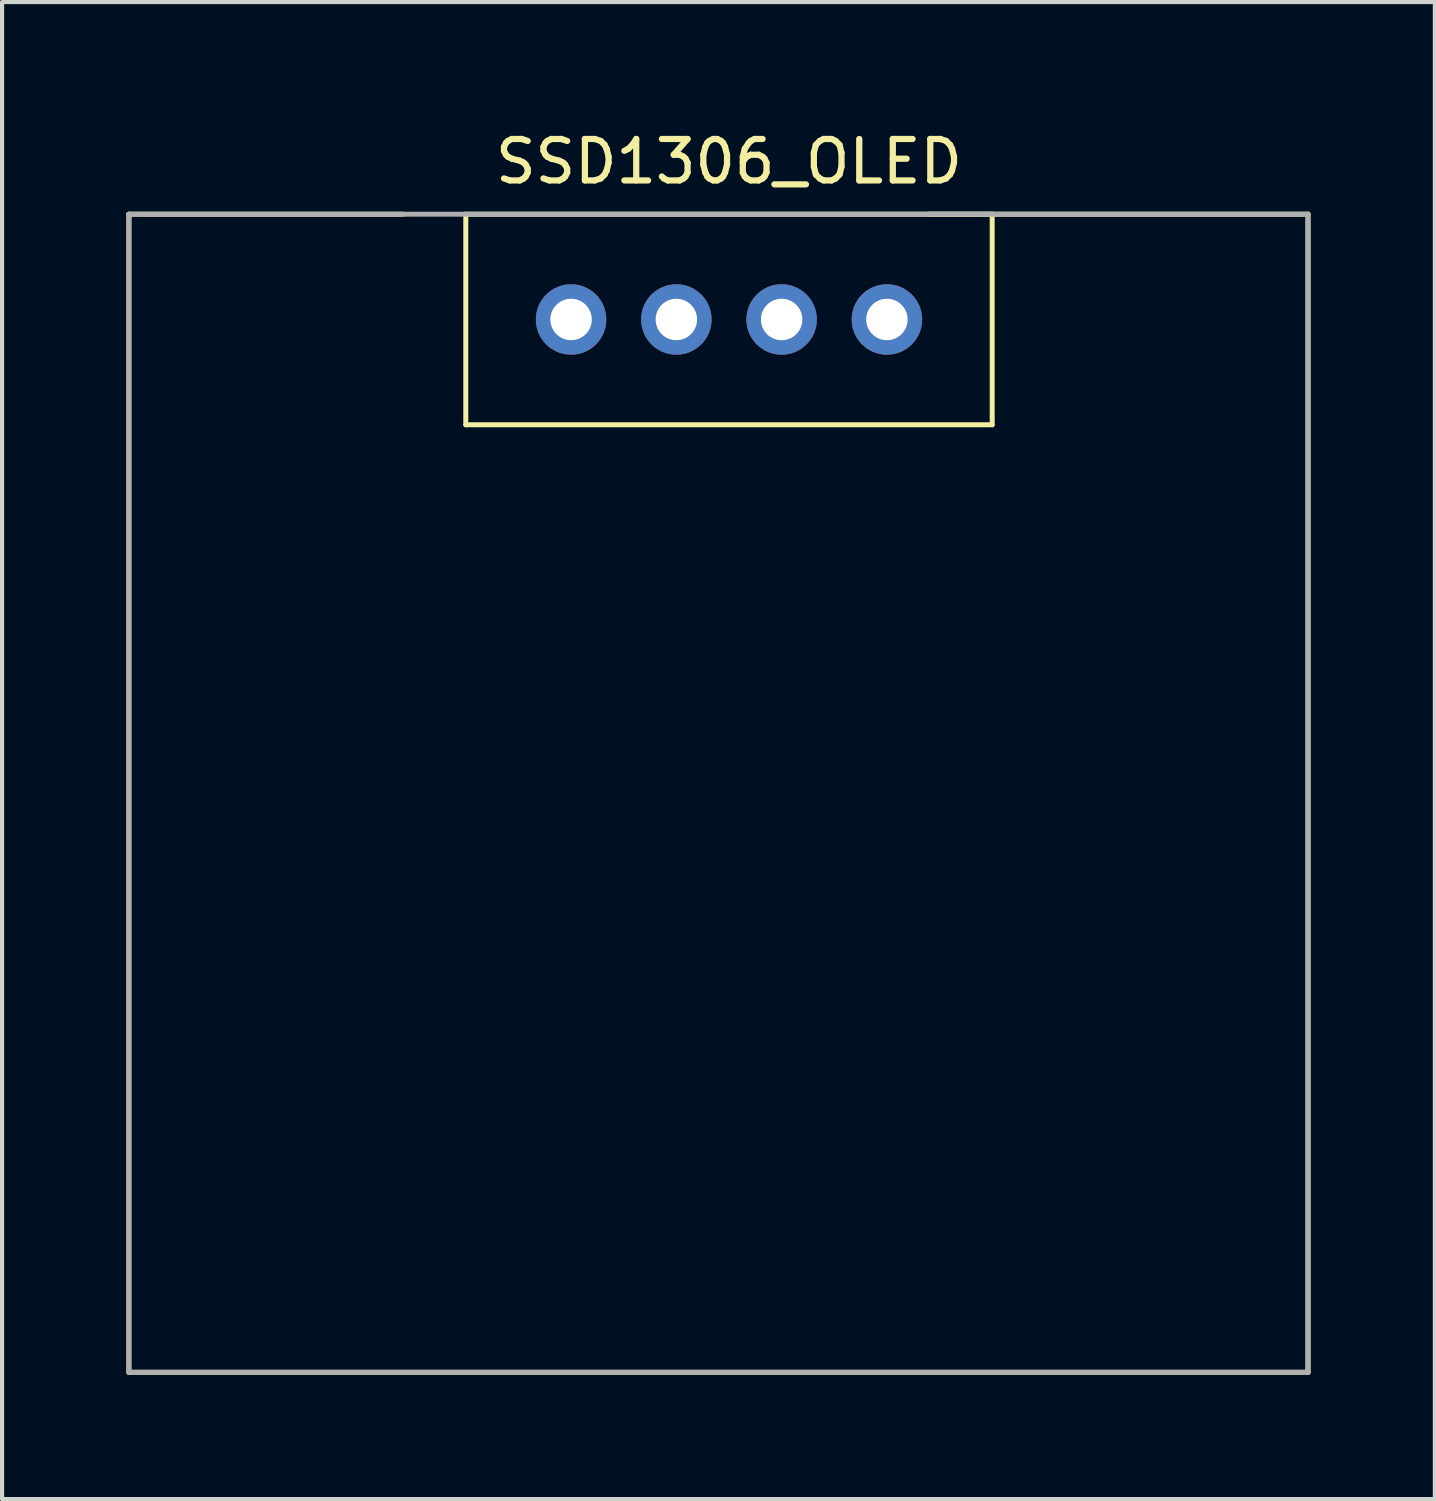
<source format=kicad_pcb>
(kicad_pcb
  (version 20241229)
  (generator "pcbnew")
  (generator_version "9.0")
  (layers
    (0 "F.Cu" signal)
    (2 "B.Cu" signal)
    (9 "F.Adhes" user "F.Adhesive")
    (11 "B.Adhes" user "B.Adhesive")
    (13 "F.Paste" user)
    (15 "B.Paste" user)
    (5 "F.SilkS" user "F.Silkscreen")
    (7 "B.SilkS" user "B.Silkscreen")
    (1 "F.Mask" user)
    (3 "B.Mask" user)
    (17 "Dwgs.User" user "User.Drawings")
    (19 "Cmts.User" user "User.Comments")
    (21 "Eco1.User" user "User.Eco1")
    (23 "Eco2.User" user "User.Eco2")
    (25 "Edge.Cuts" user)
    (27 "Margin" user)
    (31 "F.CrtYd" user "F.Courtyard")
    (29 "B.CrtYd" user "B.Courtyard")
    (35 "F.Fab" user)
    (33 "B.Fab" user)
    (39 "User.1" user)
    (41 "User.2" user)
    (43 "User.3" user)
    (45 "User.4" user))
  (footprint "SSD1306_OLED"
    (layer "F.Cu")
    (at 10.728 4.658)
    (property "Reference" "SSD1306_OLED" (at 3.81 -3.81 0) (layer "F.SilkS") (effects (font (size 1 1) (thickness 0.15))))
    (attr through_hole)
    (fp_line (start -10.668 25.4) (end -10.668 -2.54) (stroke (width 0.12) (type solid)) (layer "F.SilkS"))
    (fp_line (start -4.064 -2.54) (end -10.668 -2.54) (stroke (width 0.12) (type solid)) (layer "F.SilkS"))
    (fp_line (start -2.54 -2.54) (end 10.16 -2.54) (stroke (width 0.12) (type solid)) (layer "F.SilkS"))
    (fp_line (start -2.54 2.54) (end -2.54 -2.54) (stroke (width 0.12) (type solid)) (layer "F.SilkS"))
    (fp_line (start 10.16 -2.54) (end 10.16 2.54) (stroke (width 0.12) (type solid)) (layer "F.SilkS"))
    (fp_line (start 10.16 2.54) (end -2.54 2.54) (stroke (width 0.12) (type solid)) (layer "F.SilkS"))
    (fp_line (start 17.78 -2.54) (end 8.636 -2.54) (stroke (width 0.12) (type solid)) (layer "F.SilkS"))
    (fp_line (start 17.78 25.4) (end -10.668 25.4) (stroke (width 0.12) (type solid)) (layer "F.SilkS"))
    (fp_line (start 17.78 25.4) (end 17.78 -2.54) (stroke (width 0.12) (type solid)) (layer "F.SilkS"))
    (fp_line (start -10.668 -2.54) (end -10.668 25.4) (stroke (width 0.12) (type solid)) (layer "F.Fab"))
    (fp_line (start -10.668 25.4) (end 17.78 25.4) (stroke (width 0.12) (type solid)) (layer "F.Fab"))
    (fp_line (start 17.78 -2.54) (end -10.668 -2.54) (stroke (width 0.12) (type solid)) (layer "F.Fab"))
    (fp_line (start 17.78 -2.54) (end 17.78 25.4) (stroke (width 0.12) (type solid)) (layer "F.Fab"))
    (pad "1" thru_hole circle (at 0 0) (size 1.7 1.7) (drill 1) (layers "*.Cu" "*.Mask"))
    (pad "2" thru_hole circle (at 2.54 0) (size 1.7 1.7) (drill 1) (layers "*.Cu" "*.Mask"))
    (pad "3" thru_hole circle (at 5.08 0) (size 1.7 1.7) (drill 1) (layers "*.Cu" "*.Mask"))
    (pad "4" thru_hole circle (at 7.62 0) (size 1.7 1.7) (drill 1) (layers "*.Cu" "*.Mask")))
  (gr_rect
    (start -3 -3)
    (end 31.568 33.118)
    (stroke (width 0.1) (type default))
    (fill no)
    (layer "Edge.Cuts")))
</source>
